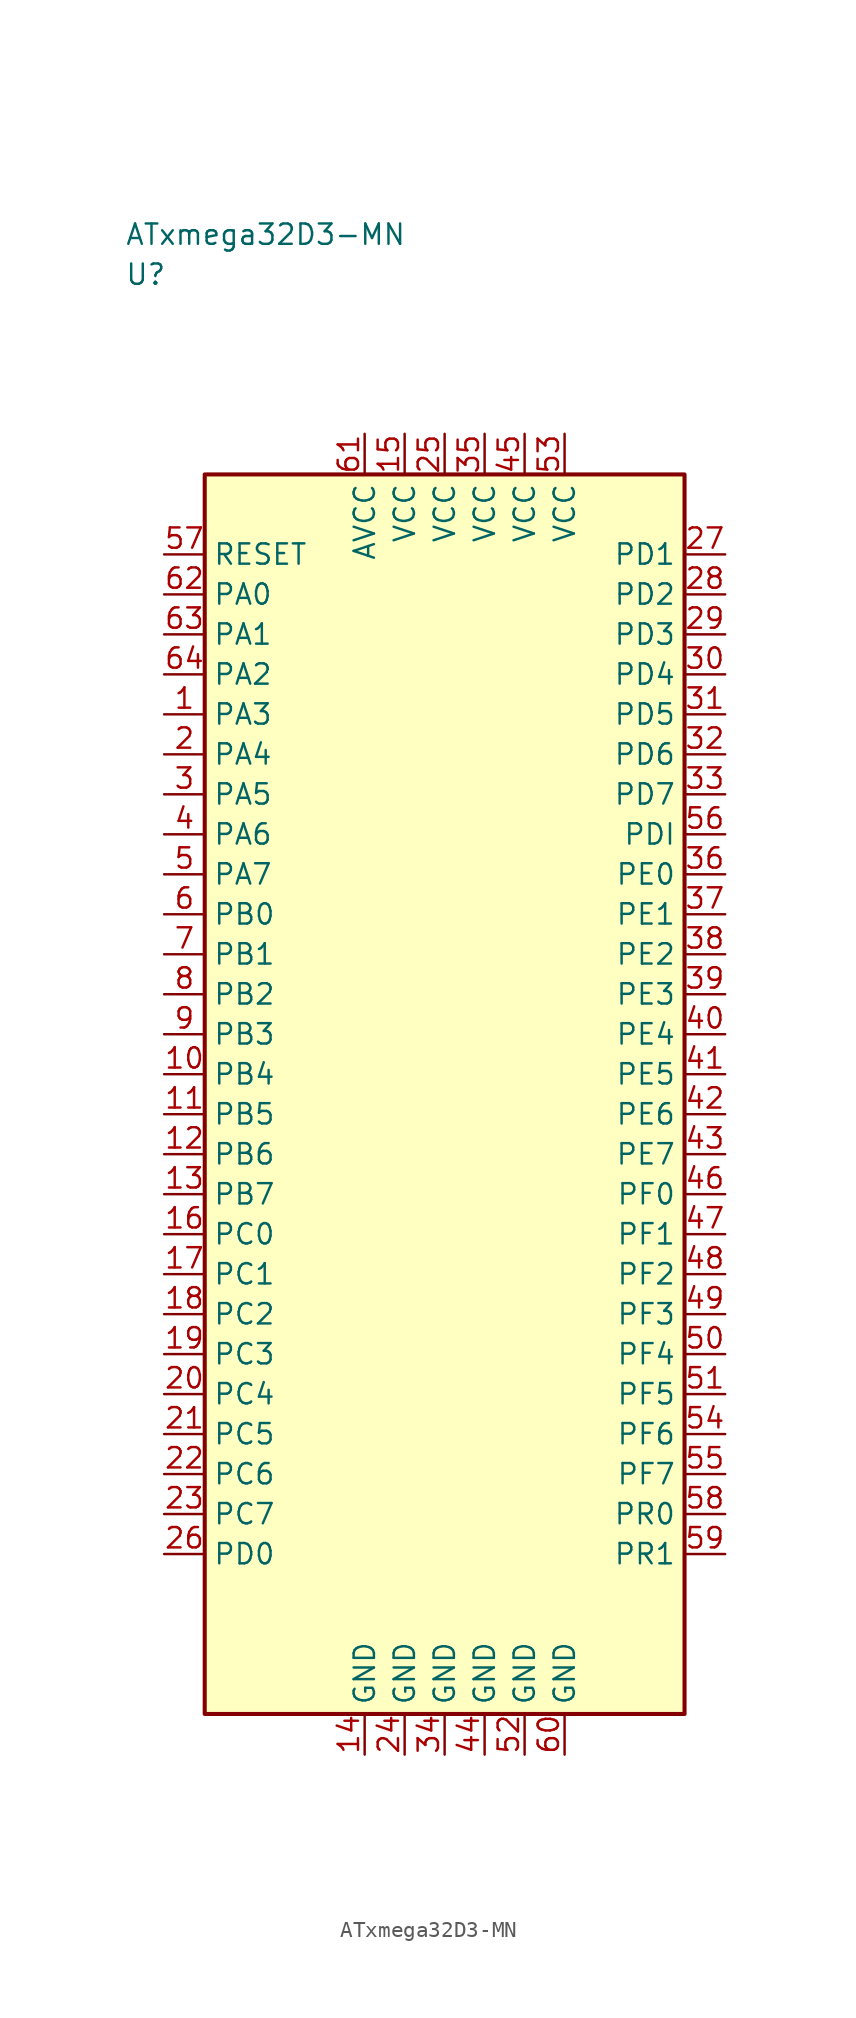
<source format=kicad_sym>
(kicad_symbol_lib
  (version 20241025)
  (generator "kicad_symbol_editor")
  (generator_version "8.0")
  (symbol "ATxmega32D3-MN"
    (property "Reference" "U"
      (at -20.0 51.25 0)
      (effects (font (size 1.27 1.27)) (justify left)))
    (property "Value" "ATxmega32D3-MN"
      (at -20.0 53.75 0)
      (effects (font (size 1.27 1.27)) (justify left)))
    (symbol "ATxmega32D3-MN_0_1"
      (rectangle (start -15.0 38.75) (end 15.0 -38.75) (stroke (width 0.254) (type default)) (fill (type background))))
    (symbol "ATxmega32D3-MN_1_1"
      (pin bidirectional line (at -17.54 23.75 0.0) (length 2.54) (name "PA3" (effects (font (size 1.27 1.27)))) (number "1" (effects (font (size 1.27 1.27)))))
      (pin bidirectional line (at -17.54 21.25 0.0) (length 2.54) (name "PA4" (effects (font (size 1.27 1.27)))) (number "2" (effects (font (size 1.27 1.27)))))
      (pin bidirectional line (at -17.54 18.75 0.0) (length 2.54) (name "PA5" (effects (font (size 1.27 1.27)))) (number "3" (effects (font (size 1.27 1.27)))))
      (pin bidirectional line (at -17.54 16.25 0.0) (length 2.54) (name "PA6" (effects (font (size 1.27 1.27)))) (number "4" (effects (font (size 1.27 1.27)))))
      (pin bidirectional line (at -17.54 13.75 0.0) (length 2.54) (name "PA7" (effects (font (size 1.27 1.27)))) (number "5" (effects (font (size 1.27 1.27)))))
      (pin bidirectional line (at -17.54 11.25 0.0) (length 2.54) (name "PB0" (effects (font (size 1.27 1.27)))) (number "6" (effects (font (size 1.27 1.27)))))
      (pin bidirectional line (at -17.54 8.75 0.0) (length 2.54) (name "PB1" (effects (font (size 1.27 1.27)))) (number "7" (effects (font (size 1.27 1.27)))))
      (pin bidirectional line (at -17.54 6.25 0.0) (length 2.54) (name "PB2" (effects (font (size 1.27 1.27)))) (number "8" (effects (font (size 1.27 1.27)))))
      (pin bidirectional line (at -17.54 3.75 0.0) (length 2.54) (name "PB3" (effects (font (size 1.27 1.27)))) (number "9" (effects (font (size 1.27 1.27)))))
      (pin bidirectional line (at -17.54 1.25 0.0) (length 2.54) (name "PB4" (effects (font (size 1.27 1.27)))) (number "10" (effects (font (size 1.27 1.27)))))
      (pin bidirectional line (at -17.54 -1.25 0.0) (length 2.54) (name "PB5" (effects (font (size 1.27 1.27)))) (number "11" (effects (font (size 1.27 1.27)))))
      (pin bidirectional line (at -17.54 -3.75 0.0) (length 2.54) (name "PB6" (effects (font (size 1.27 1.27)))) (number "12" (effects (font (size 1.27 1.27)))))
      (pin bidirectional line (at -17.54 -6.25 0.0) (length 2.54) (name "PB7" (effects (font (size 1.27 1.27)))) (number "13" (effects (font (size 1.27 1.27)))))
      (pin passive line (at -5.0 -41.29 90.0) (length 2.54) (name "GND" (effects (font (size 1.27 1.27)))) (number "14" (effects (font (size 1.27 1.27)))))
      (pin power_in line (at -2.5 41.29 270.0) (length 2.54) (name "VCC" (effects (font (size 1.27 1.27)))) (number "15" (effects (font (size 1.27 1.27)))))
      (pin bidirectional line (at -17.54 -8.75 0.0) (length 2.54) (name "PC0" (effects (font (size 1.27 1.27)))) (number "16" (effects (font (size 1.27 1.27)))))
      (pin bidirectional line (at -17.54 -11.25 0.0) (length 2.54) (name "PC1" (effects (font (size 1.27 1.27)))) (number "17" (effects (font (size 1.27 1.27)))))
      (pin bidirectional line (at -17.54 -13.75 0.0) (length 2.54) (name "PC2" (effects (font (size 1.27 1.27)))) (number "18" (effects (font (size 1.27 1.27)))))
      (pin bidirectional line (at -17.54 -16.25 0.0) (length 2.54) (name "PC3" (effects (font (size 1.27 1.27)))) (number "19" (effects (font (size 1.27 1.27)))))
      (pin bidirectional line (at -17.54 -18.75 0.0) (length 2.54) (name "PC4" (effects (font (size 1.27 1.27)))) (number "20" (effects (font (size 1.27 1.27)))))
      (pin bidirectional line (at -17.54 -21.25 0.0) (length 2.54) (name "PC5" (effects (font (size 1.27 1.27)))) (number "21" (effects (font (size 1.27 1.27)))))
      (pin bidirectional line (at -17.54 -23.75 0.0) (length 2.54) (name "PC6" (effects (font (size 1.27 1.27)))) (number "22" (effects (font (size 1.27 1.27)))))
      (pin bidirectional line (at -17.54 -26.25 0.0) (length 2.54) (name "PC7" (effects (font (size 1.27 1.27)))) (number "23" (effects (font (size 1.27 1.27)))))
      (pin passive line (at -2.5 -41.29 90.0) (length 2.54) (name "GND" (effects (font (size 1.27 1.27)))) (number "24" (effects (font (size 1.27 1.27)))))
      (pin power_in line (at 0.0 41.29 270.0) (length 2.54) (name "VCC" (effects (font (size 1.27 1.27)))) (number "25" (effects (font (size 1.27 1.27)))))
      (pin bidirectional line (at -17.54 -28.75 0.0) (length 2.54) (name "PD0" (effects (font (size 1.27 1.27)))) (number "26" (effects (font (size 1.27 1.27)))))
      (pin bidirectional line (at 17.54 33.75 180.0) (length 2.54) (name "PD1" (effects (font (size 1.27 1.27)))) (number "27" (effects (font (size 1.27 1.27)))))
      (pin bidirectional line (at 17.54 31.25 180.0) (length 2.54) (name "PD2" (effects (font (size 1.27 1.27)))) (number "28" (effects (font (size 1.27 1.27)))))
      (pin bidirectional line (at 17.54 28.75 180.0) (length 2.54) (name "PD3" (effects (font (size 1.27 1.27)))) (number "29" (effects (font (size 1.27 1.27)))))
      (pin bidirectional line (at 17.54 26.25 180.0) (length 2.54) (name "PD4" (effects (font (size 1.27 1.27)))) (number "30" (effects (font (size 1.27 1.27)))))
      (pin bidirectional line (at 17.54 23.75 180.0) (length 2.54) (name "PD5" (effects (font (size 1.27 1.27)))) (number "31" (effects (font (size 1.27 1.27)))))
      (pin bidirectional line (at 17.54 21.25 180.0) (length 2.54) (name "PD6" (effects (font (size 1.27 1.27)))) (number "32" (effects (font (size 1.27 1.27)))))
      (pin bidirectional line (at 17.54 18.75 180.0) (length 2.54) (name "PD7" (effects (font (size 1.27 1.27)))) (number "33" (effects (font (size 1.27 1.27)))))
      (pin passive line (at 0.0 -41.29 90.0) (length 2.54) (name "GND" (effects (font (size 1.27 1.27)))) (number "34" (effects (font (size 1.27 1.27)))))
      (pin power_in line (at 2.5 41.29 270.0) (length 2.54) (name "VCC" (effects (font (size 1.27 1.27)))) (number "35" (effects (font (size 1.27 1.27)))))
      (pin bidirectional line (at 17.54 13.75 180.0) (length 2.54) (name "PE0" (effects (font (size 1.27 1.27)))) (number "36" (effects (font (size 1.27 1.27)))))
      (pin bidirectional line (at 17.54 11.25 180.0) (length 2.54) (name "PE1" (effects (font (size 1.27 1.27)))) (number "37" (effects (font (size 1.27 1.27)))))
      (pin bidirectional line (at 17.54 8.75 180.0) (length 2.54) (name "PE2" (effects (font (size 1.27 1.27)))) (number "38" (effects (font (size 1.27 1.27)))))
      (pin bidirectional line (at 17.54 6.25 180.0) (length 2.54) (name "PE3" (effects (font (size 1.27 1.27)))) (number "39" (effects (font (size 1.27 1.27)))))
      (pin bidirectional line (at 17.54 3.75 180.0) (length 2.54) (name "PE4" (effects (font (size 1.27 1.27)))) (number "40" (effects (font (size 1.27 1.27)))))
      (pin bidirectional line (at 17.54 1.25 180.0) (length 2.54) (name "PE5" (effects (font (size 1.27 1.27)))) (number "41" (effects (font (size 1.27 1.27)))))
      (pin bidirectional line (at 17.54 -1.25 180.0) (length 2.54) (name "PE6" (effects (font (size 1.27 1.27)))) (number "42" (effects (font (size 1.27 1.27)))))
      (pin bidirectional line (at 17.54 -3.75 180.0) (length 2.54) (name "PE7" (effects (font (size 1.27 1.27)))) (number "43" (effects (font (size 1.27 1.27)))))
      (pin passive line (at 2.5 -41.29 90.0) (length 2.54) (name "GND" (effects (font (size 1.27 1.27)))) (number "44" (effects (font (size 1.27 1.27)))))
      (pin power_in line (at 5.0 41.29 270.0) (length 2.54) (name "VCC" (effects (font (size 1.27 1.27)))) (number "45" (effects (font (size 1.27 1.27)))))
      (pin bidirectional line (at 17.54 -6.25 180.0) (length 2.54) (name "PF0" (effects (font (size 1.27 1.27)))) (number "46" (effects (font (size 1.27 1.27)))))
      (pin bidirectional line (at 17.54 -8.75 180.0) (length 2.54) (name "PF1" (effects (font (size 1.27 1.27)))) (number "47" (effects (font (size 1.27 1.27)))))
      (pin bidirectional line (at 17.54 -11.25 180.0) (length 2.54) (name "PF2" (effects (font (size 1.27 1.27)))) (number "48" (effects (font (size 1.27 1.27)))))
      (pin bidirectional line (at 17.54 -13.75 180.0) (length 2.54) (name "PF3" (effects (font (size 1.27 1.27)))) (number "49" (effects (font (size 1.27 1.27)))))
      (pin bidirectional line (at 17.54 -16.25 180.0) (length 2.54) (name "PF4" (effects (font (size 1.27 1.27)))) (number "50" (effects (font (size 1.27 1.27)))))
      (pin bidirectional line (at 17.54 -18.75 180.0) (length 2.54) (name "PF5" (effects (font (size 1.27 1.27)))) (number "51" (effects (font (size 1.27 1.27)))))
      (pin passive line (at 5.0 -41.29 90.0) (length 2.54) (name "GND" (effects (font (size 1.27 1.27)))) (number "52" (effects (font (size 1.27 1.27)))))
      (pin power_in line (at 7.5 41.29 270.0) (length 2.54) (name "VCC" (effects (font (size 1.27 1.27)))) (number "53" (effects (font (size 1.27 1.27)))))
      (pin bidirectional line (at 17.54 -21.25 180.0) (length 2.54) (name "PF6" (effects (font (size 1.27 1.27)))) (number "54" (effects (font (size 1.27 1.27)))))
      (pin bidirectional line (at 17.54 -23.75 180.0) (length 2.54) (name "PF7" (effects (font (size 1.27 1.27)))) (number "55" (effects (font (size 1.27 1.27)))))
      (pin bidirectional line (at 17.54 16.25 180.0) (length 2.54) (name "PDI" (effects (font (size 1.27 1.27)))) (number "56" (effects (font (size 1.27 1.27)))))
      (pin input line (at -17.54 33.75 0.0) (length 2.54) (name "RESET" (effects (font (size 1.27 1.27)))) (number "57" (effects (font (size 1.27 1.27)))))
      (pin bidirectional line (at 17.54 -26.25 180.0) (length 2.54) (name "PR0" (effects (font (size 1.27 1.27)))) (number "58" (effects (font (size 1.27 1.27)))))
      (pin bidirectional line (at 17.54 -28.75 180.0) (length 2.54) (name "PR1" (effects (font (size 1.27 1.27)))) (number "59" (effects (font (size 1.27 1.27)))))
      (pin passive line (at 7.5 -41.29 90.0) (length 2.54) (name "GND" (effects (font (size 1.27 1.27)))) (number "60" (effects (font (size 1.27 1.27)))))
      (pin power_in line (at -5.0 41.29 270.0) (length 2.54) (name "AVCC" (effects (font (size 1.27 1.27)))) (number "61" (effects (font (size 1.27 1.27)))))
      (pin bidirectional line (at -17.54 31.25 0.0) (length 2.54) (name "PA0" (effects (font (size 1.27 1.27)))) (number "62" (effects (font (size 1.27 1.27)))))
      (pin bidirectional line (at -17.54 28.75 0.0) (length 2.54) (name "PA1" (effects (font (size 1.27 1.27)))) (number "63" (effects (font (size 1.27 1.27)))))
      (pin bidirectional line (at -17.54 26.25 0.0) (length 2.54) (name "PA2" (effects (font (size 1.27 1.27)))) (number "64" (effects (font (size 1.27 1.27))))))))
</source>
